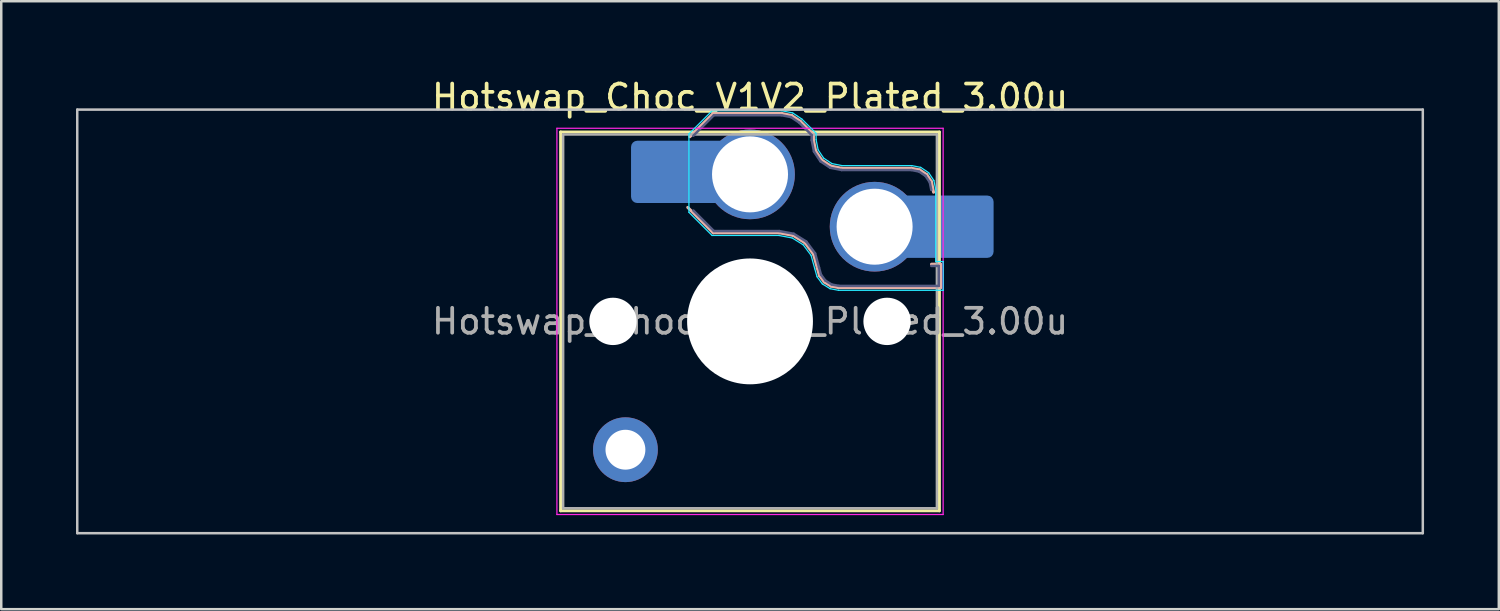
<source format=kicad_pcb>
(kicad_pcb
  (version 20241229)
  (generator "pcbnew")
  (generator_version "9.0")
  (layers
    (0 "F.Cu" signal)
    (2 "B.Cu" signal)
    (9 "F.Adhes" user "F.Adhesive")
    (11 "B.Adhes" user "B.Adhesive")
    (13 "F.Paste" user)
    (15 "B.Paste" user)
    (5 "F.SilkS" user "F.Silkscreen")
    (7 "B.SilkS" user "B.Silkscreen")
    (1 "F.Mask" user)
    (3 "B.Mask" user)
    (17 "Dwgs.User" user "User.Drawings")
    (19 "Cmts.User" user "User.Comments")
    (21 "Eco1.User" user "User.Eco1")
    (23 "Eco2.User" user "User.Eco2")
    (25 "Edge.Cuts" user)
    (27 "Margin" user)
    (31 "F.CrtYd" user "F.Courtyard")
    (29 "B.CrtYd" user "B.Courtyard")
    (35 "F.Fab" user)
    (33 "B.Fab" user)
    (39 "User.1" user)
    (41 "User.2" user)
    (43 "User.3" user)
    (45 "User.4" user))
  (footprint "Hotswap_Choc_V1V2_Plated_3.00u"
    (layer "F.Cu")
    (at 27.05 9.848)
    (property "Reference" "Hotswap_Choc_V1V2_Plated_3.00u" (at 0 -9 0) (layer "F.SilkS") (effects (font (size 1 1) (thickness 0.15))))
    (attr smd)
    (fp_line (start -7.6 -7.6) (end -7.6 7.6) (stroke (width 0.12) (type solid)) (layer "F.SilkS"))
    (fp_line (start -7.6 7.6) (end 7.6 7.6) (stroke (width 0.12) (type solid)) (layer "F.SilkS"))
    (fp_line (start 7.6 -7.6) (end -7.6 -7.6) (stroke (width 0.12) (type solid)) (layer "F.SilkS"))
    (fp_line (start 7.6 7.6) (end 7.6 -7.6) (stroke (width 0.12) (type solid)) (layer "F.SilkS"))
    (fp_line (start -2.416 -7.409) (end -1.479 -8.346) (stroke (width 0.12) (type solid)) (layer "B.SilkS"))
    (fp_line (start -1.479 -8.346) (end 1.268 -8.346) (stroke (width 0.12) (type solid)) (layer "B.SilkS"))
    (fp_line (start -1.479 -3.554) (end -2.5 -4.575) (stroke (width 0.12) (type solid)) (layer "B.SilkS"))
    (fp_line (start 1.168 -3.554) (end -1.479 -3.554) (stroke (width 0.12) (type solid)) (layer "B.SilkS"))
    (fp_line (start 1.268 -8.346) (end 1.671 -8.266) (stroke (width 0.12) (type solid)) (layer "B.SilkS"))
    (fp_line (start 1.671 -8.266) (end 2.013 -8.037) (stroke (width 0.12) (type solid)) (layer "B.SilkS"))
    (fp_line (start 1.73 -3.449) (end 1.168 -3.554) (stroke (width 0.12) (type solid)) (layer "B.SilkS"))
    (fp_line (start 2.013 -8.037) (end 2.546 -7.504) (stroke (width 0.12) (type solid)) (layer "B.SilkS"))
    (fp_line (start 2.209 -3.15) (end 1.73 -3.449) (stroke (width 0.12) (type solid)) (layer "B.SilkS"))
    (fp_line (start 2.546 -7.504) (end 2.546 -7.282) (stroke (width 0.12) (type solid)) (layer "B.SilkS"))
    (fp_line (start 2.546 -7.282) (end 2.633 -6.844) (stroke (width 0.12) (type solid)) (layer "B.SilkS"))
    (fp_line (start 2.547 -2.697) (end 2.209 -3.15) (stroke (width 0.12) (type solid)) (layer "B.SilkS"))
    (fp_line (start 2.633 -6.844) (end 2.877 -6.477) (stroke (width 0.12) (type solid)) (layer "B.SilkS"))
    (fp_line (start 2.701 -2.139) (end 2.547 -2.697) (stroke (width 0.12) (type solid)) (layer "B.SilkS"))
    (fp_line (start 2.783 -1.841) (end 2.701 -2.139) (stroke (width 0.12) (type solid)) (layer "B.SilkS"))
    (fp_line (start 2.877 -6.477) (end 3.244 -6.233) (stroke (width 0.12) (type solid)) (layer "B.SilkS"))
    (fp_line (start 2.976 -1.583) (end 2.783 -1.841) (stroke (width 0.12) (type solid)) (layer "B.SilkS"))
    (fp_line (start 3.244 -6.233) (end 3.682 -6.146) (stroke (width 0.12) (type solid)) (layer "B.SilkS"))
    (fp_line (start 3.25 -1.413) (end 2.976 -1.583) (stroke (width 0.12) (type solid)) (layer "B.SilkS"))
    (fp_line (start 3.56 -1.354) (end 3.25 -1.413) (stroke (width 0.12) (type solid)) (layer "B.SilkS"))
    (fp_line (start 3.682 -6.146) (end 6.482 -6.146) (stroke (width 0.12) (type solid)) (layer "B.SilkS"))
    (fp_line (start 6.482 -6.146) (end 6.809 -6.081) (stroke (width 0.12) (type solid)) (layer "B.SilkS"))
    (fp_line (start 6.809 -6.081) (end 7.092 -5.892) (stroke (width 0.12) (type solid)) (layer "B.SilkS"))
    (fp_line (start 7.092 -5.892) (end 7.281 -5.609) (stroke (width 0.12) (type solid)) (layer "B.SilkS"))
    (fp_line (start 7.281 -5.609) (end 7.366 -5.182) (stroke (width 0.12) (type solid)) (layer "B.SilkS"))
    (fp_line (start 7.283 -2.296) (end 7.646 -2.296) (stroke (width 0.12) (type solid)) (layer "B.SilkS"))
    (fp_line (start 7.646 -2.296) (end 7.646 -1.354) (stroke (width 0.12) (type solid)) (layer "B.SilkS"))
    (fp_line (start 7.646 -1.354) (end 3.56 -1.354) (stroke (width 0.12) (type solid)) (layer "B.SilkS"))
    (fp_line (start -27 -8.5) (end -27 8.5) (stroke (width 0.1) (type solid)) (layer "Dwgs.User"))
    (fp_line (start -27 8.5) (end 27 8.5) (stroke (width 0.1) (type solid)) (layer "Dwgs.User"))
    (fp_line (start 27 -8.5) (end -27 -8.5) (stroke (width 0.1) (type solid)) (layer "Dwgs.User"))
    (fp_line (start 27 8.5) (end 27 -8.5) (stroke (width 0.1) (type solid)) (layer "Dwgs.User"))
    (fp_line (start -7.25 -7.25) (end -7.25 7.25) (stroke (width 0.1) (type solid)) (layer "Eco1.User"))
    (fp_line (start -7.25 7.25) (end 7.25 7.25) (stroke (width 0.1) (type solid)) (layer "Eco1.User"))
    (fp_line (start 7.25 -7.25) (end -7.25 -7.25) (stroke (width 0.1) (type solid)) (layer "Eco1.User"))
    (fp_line (start 7.25 7.25) (end 7.25 -7.25) (stroke (width 0.1) (type solid)) (layer "Eco1.User"))
    (fp_line (start -2.452 -7.523) (end -1.523 -8.452) (stroke (width 0.05) (type solid)) (layer "B.CrtYd"))
    (fp_line (start -2.452 -4.377) (end -2.452 -7.523) (stroke (width 0.05) (type solid)) (layer "B.CrtYd"))
    (fp_line (start -1.523 -8.452) (end 1.278 -8.452) (stroke (width 0.05) (type solid)) (layer "B.CrtYd"))
    (fp_line (start -1.523 -3.448) (end -2.452 -4.377) (stroke (width 0.05) (type solid)) (layer "B.CrtYd"))
    (fp_line (start 1.159 -3.448) (end -1.523 -3.448) (stroke (width 0.05) (type solid)) (layer "B.CrtYd"))
    (fp_line (start 1.278 -8.452) (end 1.712 -8.366) (stroke (width 0.05) (type solid)) (layer "B.CrtYd"))
    (fp_line (start 1.691 -3.348) (end 1.159 -3.448) (stroke (width 0.05) (type solid)) (layer "B.CrtYd"))
    (fp_line (start 1.712 -8.366) (end 2.081 -8.119) (stroke (width 0.05) (type solid)) (layer "B.CrtYd"))
    (fp_line (start 2.081 -8.119) (end 2.652 -7.548) (stroke (width 0.05) (type solid)) (layer "B.CrtYd"))
    (fp_line (start 2.136 -3.071) (end 1.691 -3.348) (stroke (width 0.05) (type solid)) (layer "B.CrtYd"))
    (fp_line (start 2.45 -2.65) (end 2.136 -3.071) (stroke (width 0.05) (type solid)) (layer "B.CrtYd"))
    (fp_line (start 2.599 -2.111) (end 2.45 -2.65) (stroke (width 0.05) (type solid)) (layer "B.CrtYd"))
    (fp_line (start 2.652 -7.548) (end 2.652 -7.292) (stroke (width 0.05) (type solid)) (layer "B.CrtYd"))
    (fp_line (start 2.652 -7.292) (end 2.733 -6.885) (stroke (width 0.05) (type solid)) (layer "B.CrtYd"))
    (fp_line (start 2.687 -1.794) (end 2.599 -2.111) (stroke (width 0.05) (type solid)) (layer "B.CrtYd"))
    (fp_line (start 2.733 -6.885) (end 2.953 -6.553) (stroke (width 0.05) (type solid)) (layer "B.CrtYd"))
    (fp_line (start 2.903 -1.503) (end 2.687 -1.794) (stroke (width 0.05) (type solid)) (layer "B.CrtYd"))
    (fp_line (start 2.953 -6.553) (end 3.285 -6.333) (stroke (width 0.05) (type solid)) (layer "B.CrtYd"))
    (fp_line (start 3.211 -1.312) (end 2.903 -1.503) (stroke (width 0.05) (type solid)) (layer "B.CrtYd"))
    (fp_line (start 3.285 -6.333) (end 3.692 -6.252) (stroke (width 0.05) (type solid)) (layer "B.CrtYd"))
    (fp_line (start 3.55 -1.248) (end 3.211 -1.312) (stroke (width 0.05) (type solid)) (layer "B.CrtYd"))
    (fp_line (start 3.692 -6.252) (end 6.492 -6.252) (stroke (width 0.05) (type solid)) (layer "B.CrtYd"))
    (fp_line (start 6.492 -6.252) (end 6.85 -6.181) (stroke (width 0.05) (type solid)) (layer "B.CrtYd"))
    (fp_line (start 6.85 -6.181) (end 7.168 -5.968) (stroke (width 0.05) (type solid)) (layer "B.CrtYd"))
    (fp_line (start 7.168 -5.968) (end 7.381 -5.65) (stroke (width 0.05) (type solid)) (layer "B.CrtYd"))
    (fp_line (start 7.381 -5.65) (end 7.452 -5.292) (stroke (width 0.05) (type solid)) (layer "B.CrtYd"))
    (fp_line (start 7.452 -5.292) (end 7.452 -2.402) (stroke (width 0.05) (type solid)) (layer "B.CrtYd"))
    (fp_line (start 7.452 -2.402) (end 7.752 -2.402) (stroke (width 0.05) (type solid)) (layer "B.CrtYd"))
    (fp_line (start 7.752 -2.402) (end 7.752 -1.248) (stroke (width 0.05) (type solid)) (layer "B.CrtYd"))
    (fp_line (start 7.752 -1.248) (end 3.55 -1.248) (stroke (width 0.05) (type solid)) (layer "B.CrtYd"))
    (fp_line (start -7.75 -7.75) (end -7.75 7.75) (stroke (width 0.05) (type solid)) (layer "F.CrtYd"))
    (fp_line (start -7.75 7.75) (end 7.75 7.75) (stroke (width 0.05) (type solid)) (layer "F.CrtYd"))
    (fp_line (start 7.75 -7.75) (end -7.75 -7.75) (stroke (width 0.05) (type solid)) (layer "F.CrtYd"))
    (fp_line (start 7.75 7.75) (end 7.75 -7.75) (stroke (width 0.05) (type solid)) (layer "F.CrtYd"))
    (fp_line (start -2.275 -7.45) (end -1.45 -8.275) (stroke (width 0.1) (type solid)) (layer "B.Fab"))
    (fp_line (start -1.45 -8.275) (end 1.261 -8.275) (stroke (width 0.1) (type solid)) (layer "B.Fab"))
    (fp_line (start -1.45 -3.625) (end -2.275 -4.45) (stroke (width 0.1) (type solid)) (layer "B.Fab"))
    (fp_line (start 1.175 -3.625) (end -1.45 -3.625) (stroke (width 0.1) (type solid)) (layer "B.Fab"))
    (fp_line (start 1.261 -8.275) (end 1.643 -8.199) (stroke (width 0.1) (type solid)) (layer "B.Fab"))
    (fp_line (start 1.643 -8.199) (end 1.968 -7.982) (stroke (width 0.1) (type solid)) (layer "B.Fab"))
    (fp_line (start 1.756 -3.516) (end 1.175 -3.625) (stroke (width 0.1) (type solid)) (layer "B.Fab"))
    (fp_line (start 1.968 -7.982) (end 2.475 -7.475) (stroke (width 0.1) (type solid)) (layer "B.Fab"))
    (fp_line (start 2.258 -3.203) (end 1.756 -3.516) (stroke (width 0.1) (type solid)) (layer "B.Fab"))
    (fp_line (start 2.475 -7.475) (end 2.475 -7.275) (stroke (width 0.1) (type solid)) (layer "B.Fab"))
    (fp_line (start 2.475 -7.275) (end 2.566 -6.816) (stroke (width 0.1) (type solid)) (layer "B.Fab"))
    (fp_line (start 2.566 -6.816) (end 2.826 -6.426) (stroke (width 0.1) (type solid)) (layer "B.Fab"))
    (fp_line (start 2.612 -2.729) (end 2.258 -3.203) (stroke (width 0.1) (type solid)) (layer "B.Fab"))
    (fp_line (start 2.769 -2.158) (end 2.612 -2.729) (stroke (width 0.1) (type solid)) (layer "B.Fab"))
    (fp_line (start 2.826 -6.426) (end 3.216 -6.166) (stroke (width 0.1) (type solid)) (layer "B.Fab"))
    (fp_line (start 2.848 -1.873) (end 2.769 -2.158) (stroke (width 0.1) (type solid)) (layer "B.Fab"))
    (fp_line (start 3.025 -1.636) (end 2.848 -1.873) (stroke (width 0.1) (type solid)) (layer "B.Fab"))
    (fp_line (start 3.216 -6.166) (end 3.675 -6.075) (stroke (width 0.1) (type solid)) (layer "B.Fab"))
    (fp_line (start 3.276 -1.48) (end 3.025 -1.636) (stroke (width 0.1) (type solid)) (layer "B.Fab"))
    (fp_line (start 3.567 -1.425) (end 3.276 -1.48) (stroke (width 0.1) (type solid)) (layer "B.Fab"))
    (fp_line (start 3.675 -6.075) (end 6.475 -6.075) (stroke (width 0.1) (type solid)) (layer "B.Fab"))
    (fp_line (start 6.475 -6.075) (end 6.781 -6.014) (stroke (width 0.1) (type solid)) (layer "B.Fab"))
    (fp_line (start 6.781 -6.014) (end 7.041 -5.841) (stroke (width 0.1) (type solid)) (layer "B.Fab"))
    (fp_line (start 7.041 -5.841) (end 7.214 -5.581) (stroke (width 0.1) (type solid)) (layer "B.Fab"))
    (fp_line (start 7.214 -5.581) (end 7.275 -5.275) (stroke (width 0.1) (type solid)) (layer "B.Fab"))
    (fp_line (start 7.275 -2.225) (end 7.575 -2.225) (stroke (width 0.1) (type solid)) (layer "B.Fab"))
    (fp_line (start 7.575 -2.225) (end 7.575 -1.425) (stroke (width 0.1) (type solid)) (layer "B.Fab"))
    (fp_line (start 7.575 -1.425) (end 3.567 -1.425) (stroke (width 0.1) (type solid)) (layer "B.Fab"))
    (fp_line (start -7.5 -7.5) (end -7.5 7.5) (stroke (width 0.1) (type solid)) (layer "F.Fab"))
    (fp_line (start -7.5 7.5) (end 7.5 7.5) (stroke (width 0.1) (type solid)) (layer "F.Fab"))
    (fp_line (start 7.5 -7.5) (end -7.5 -7.5) (stroke (width 0.1) (type solid)) (layer "F.Fab"))
    (fp_line (start 7.5 7.5) (end 7.5 -7.5) (stroke (width 0.1) (type solid)) (layer "F.Fab"))
    (fp_text user "${REFERENCE}" (at 0 0 0) (layer "F.Fab") (effects (font (size 1 1) (thickness 0.15))))
    (pad "" np_thru_hole circle (at -5.5 0) (size 1.9 1.9) (drill 1.9) (layers "*.Cu" "*.Mask"))
    (pad "" thru_hole circle (at -5 5.15) (size 2.6 2.6) (drill 1.6) (layers "*.Cu" "*.Mask"))
    (pad "" smd roundrect (at -3.5 -6) (size 2.55 2.5) (layers "B.Mask" "B.Paste") (roundrect_rratio 0.1))
    (pad "" np_thru_hole circle (at 0 0) (size 5.05 5.05) (drill 5.05) (layers "*.Cu" "*.Mask"))
    (pad "" np_thru_hole circle (at 5.5 0) (size 1.9 1.9) (drill 1.9) (layers "*.Cu" "*.Mask"))
    (pad "" smd roundrect (at 8.5 -3.8) (size 2.55 2.5) (layers "B.Mask" "B.Paste") (roundrect_rratio 0.1))
    (pad "1" smd roundrect (at -2.85 -6) (size 3.85 2.5) (layers "B.Cu") (roundrect_rratio 0.1))
    (pad "1" thru_hole circle (at 0 -5.9) (size 3.6 3.6) (drill 3.05) (layers "*.Cu" "*.Mask"))
    (pad "2" thru_hole circle (at 5 -3.8) (size 3.6 3.6) (drill 3.05) (layers "*.Cu" "*.Mask"))
    (pad "2" smd roundrect (at 7.85 -3.8) (size 3.85 2.5) (layers "B.Cu") (roundrect_rratio 0.1)))
  (gr_rect
    (start -3 -3)
    (end 57.1 21.398)
    (stroke (width 0.1) (type default))
    (fill no)
    (layer "Edge.Cuts")))
</source>
